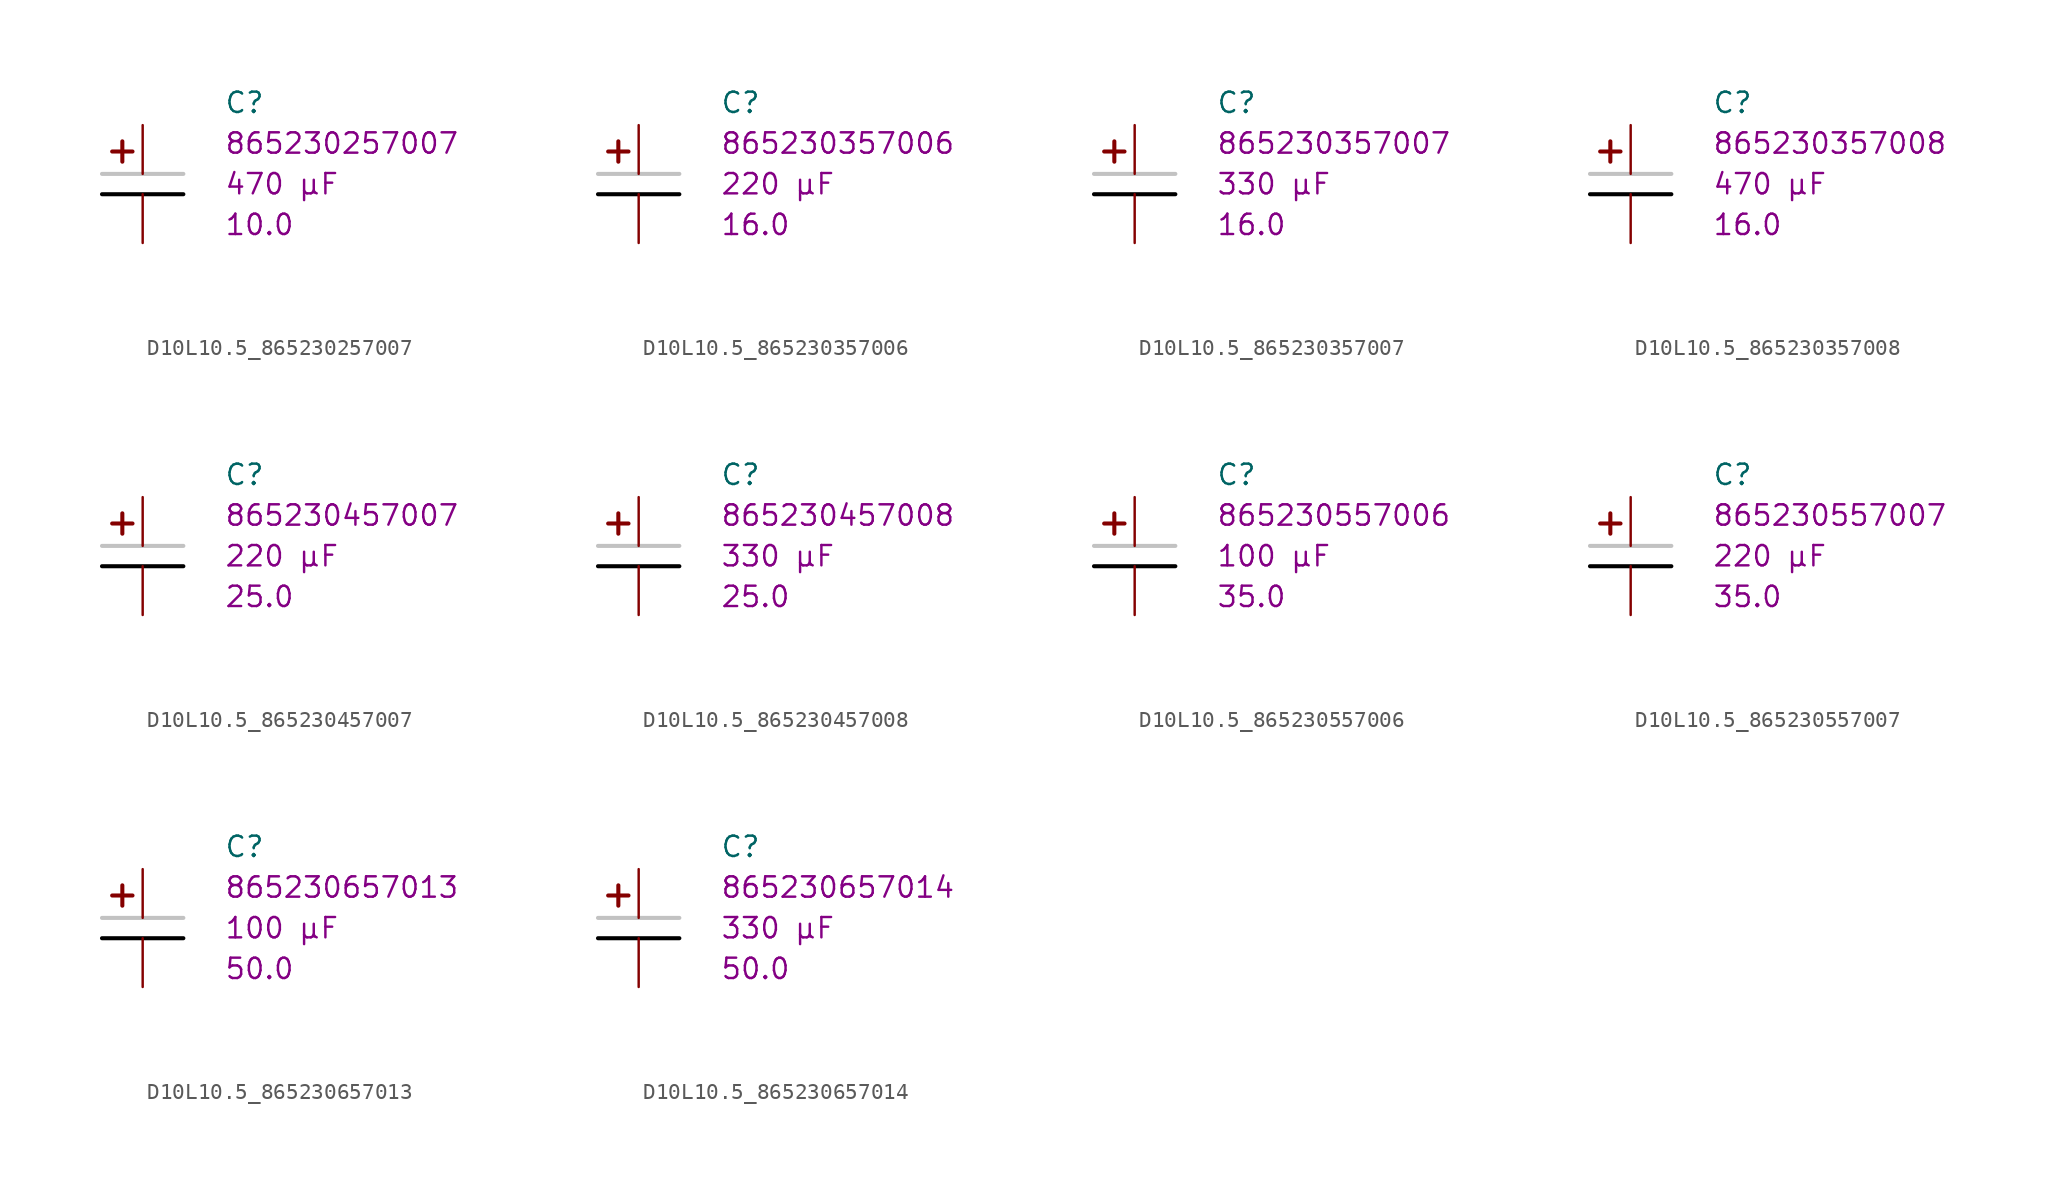
<source format=kicad_sym>
(kicad_symbol_lib
  (version 20220914)
  (generator kicad_symbol_editor)
  (symbol "D10L10.5_865230257007"
    (pin_numbers hide)
    (pin_names hide)
    (property "Reference" "C"
      (at 5.08 5.08 0)
      (effects (font (size 1.27 1.27)) (justify left)))
    (property "Part Number" "865230257007"
      (at 5.08 2.54 0)
      (effects (font (size 1.27 1.27)) (justify left)))
    (property "Capacitance" "470 µF"
      (at 5.08 0 0)
      (effects (font (size 1.27 1.27)) (justify left)))
    (property "Voltage" "10.0"
      (at 5.08 -2.54 0)
      (effects (font (size 1.27 1.27)) (justify left)))
    (property "Critical Parameter" ""
      (at 0 -7.62 0)
      (effects (font (size 1.27 1.27))))
    (symbol "D10L10.5_865230257007_1_1"
      (polyline (pts (xy -1.27 2.667) (xy -1.27 1.397)) (stroke (width 0.254) (type default)) (fill (type none)))
      (polyline (pts (xy -0.635 2.032) (xy -1.905 2.032)) (stroke (width 0.254) (type default)) (fill (type none)))
      (polyline (pts (xy 2.54 -0.635) (xy -2.54 -0.635)) (stroke (width 0.254) (type default) (color 0 0 0 1)) (fill (type none)))
      (polyline (pts (xy 2.54 0.635) (xy -2.54 0.635)) (stroke (width 0.254) (type default) (color 194 194 194 1)) (fill (type none)))
      (pin passive line (at 0 3.679 270) (length 3.044) (name "1" (effects (font (size 1.27 1.27)))) (number "1" (effects (font (size 1.27 1.27)))))
      (pin passive line (at 0 -3.679 90) (length 3.044) (name "2" (effects (font (size 1.27 1.27)))) (number "2" (effects (font (size 1.27 1.27)))))))
  (symbol "D10L10.5_865230357006"
    (pin_numbers hide)
    (pin_names hide)
    (property "Reference" "C"
      (at 5.08 5.08 0)
      (effects (font (size 1.27 1.27)) (justify left)))
    (property "Part Number" "865230357006"
      (at 5.08 2.54 0)
      (effects (font (size 1.27 1.27)) (justify left)))
    (property "Capacitance" "220 µF"
      (at 5.08 0 0)
      (effects (font (size 1.27 1.27)) (justify left)))
    (property "Voltage" "16.0"
      (at 5.08 -2.54 0)
      (effects (font (size 1.27 1.27)) (justify left)))
    (property "Critical Parameter" ""
      (at 0 -7.62 0)
      (effects (font (size 1.27 1.27))))
    (symbol "D10L10.5_865230357006_1_1"
      (polyline (pts (xy -1.27 2.667) (xy -1.27 1.397)) (stroke (width 0.254) (type default)) (fill (type none)))
      (polyline (pts (xy -0.635 2.032) (xy -1.905 2.032)) (stroke (width 0.254) (type default)) (fill (type none)))
      (polyline (pts (xy 2.54 -0.635) (xy -2.54 -0.635)) (stroke (width 0.254) (type default) (color 0 0 0 1)) (fill (type none)))
      (polyline (pts (xy 2.54 0.635) (xy -2.54 0.635)) (stroke (width 0.254) (type default) (color 194 194 194 1)) (fill (type none)))
      (pin passive line (at 0 3.679 270) (length 3.044) (name "1" (effects (font (size 1.27 1.27)))) (number "1" (effects (font (size 1.27 1.27)))))
      (pin passive line (at 0 -3.679 90) (length 3.044) (name "2" (effects (font (size 1.27 1.27)))) (number "2" (effects (font (size 1.27 1.27)))))))
  (symbol "D10L10.5_865230357007"
    (pin_numbers hide)
    (pin_names hide)
    (property "Reference" "C"
      (at 5.08 5.08 0)
      (effects (font (size 1.27 1.27)) (justify left)))
    (property "Part Number" "865230357007"
      (at 5.08 2.54 0)
      (effects (font (size 1.27 1.27)) (justify left)))
    (property "Capacitance" "330 µF"
      (at 5.08 0 0)
      (effects (font (size 1.27 1.27)) (justify left)))
    (property "Voltage" "16.0"
      (at 5.08 -2.54 0)
      (effects (font (size 1.27 1.27)) (justify left)))
    (property "Critical Parameter" ""
      (at 0 -7.62 0)
      (effects (font (size 1.27 1.27))))
    (symbol "D10L10.5_865230357007_1_1"
      (polyline (pts (xy -1.27 2.667) (xy -1.27 1.397)) (stroke (width 0.254) (type default)) (fill (type none)))
      (polyline (pts (xy -0.635 2.032) (xy -1.905 2.032)) (stroke (width 0.254) (type default)) (fill (type none)))
      (polyline (pts (xy 2.54 -0.635) (xy -2.54 -0.635)) (stroke (width 0.254) (type default) (color 0 0 0 1)) (fill (type none)))
      (polyline (pts (xy 2.54 0.635) (xy -2.54 0.635)) (stroke (width 0.254) (type default) (color 194 194 194 1)) (fill (type none)))
      (pin passive line (at 0 3.679 270) (length 3.044) (name "1" (effects (font (size 1.27 1.27)))) (number "1" (effects (font (size 1.27 1.27)))))
      (pin passive line (at 0 -3.679 90) (length 3.044) (name "2" (effects (font (size 1.27 1.27)))) (number "2" (effects (font (size 1.27 1.27)))))))
  (symbol "D10L10.5_865230357008"
    (pin_numbers hide)
    (pin_names hide)
    (property "Reference" "C"
      (at 5.08 5.08 0)
      (effects (font (size 1.27 1.27)) (justify left)))
    (property "Part Number" "865230357008"
      (at 5.08 2.54 0)
      (effects (font (size 1.27 1.27)) (justify left)))
    (property "Capacitance" "470 µF"
      (at 5.08 0 0)
      (effects (font (size 1.27 1.27)) (justify left)))
    (property "Voltage" "16.0"
      (at 5.08 -2.54 0)
      (effects (font (size 1.27 1.27)) (justify left)))
    (property "Critical Parameter" ""
      (at 0 -7.62 0)
      (effects (font (size 1.27 1.27))))
    (symbol "D10L10.5_865230357008_1_1"
      (polyline (pts (xy -1.27 2.667) (xy -1.27 1.397)) (stroke (width 0.254) (type default)) (fill (type none)))
      (polyline (pts (xy -0.635 2.032) (xy -1.905 2.032)) (stroke (width 0.254) (type default)) (fill (type none)))
      (polyline (pts (xy 2.54 -0.635) (xy -2.54 -0.635)) (stroke (width 0.254) (type default) (color 0 0 0 1)) (fill (type none)))
      (polyline (pts (xy 2.54 0.635) (xy -2.54 0.635)) (stroke (width 0.254) (type default) (color 194 194 194 1)) (fill (type none)))
      (pin passive line (at 0 3.679 270) (length 3.044) (name "1" (effects (font (size 1.27 1.27)))) (number "1" (effects (font (size 1.27 1.27)))))
      (pin passive line (at 0 -3.679 90) (length 3.044) (name "2" (effects (font (size 1.27 1.27)))) (number "2" (effects (font (size 1.27 1.27)))))))
  (symbol "D10L10.5_865230457007"
    (pin_numbers hide)
    (pin_names hide)
    (property "Reference" "C"
      (at 5.08 5.08 0)
      (effects (font (size 1.27 1.27)) (justify left)))
    (property "Part Number" "865230457007"
      (at 5.08 2.54 0)
      (effects (font (size 1.27 1.27)) (justify left)))
    (property "Capacitance" "220 µF"
      (at 5.08 0 0)
      (effects (font (size 1.27 1.27)) (justify left)))
    (property "Voltage" "25.0"
      (at 5.08 -2.54 0)
      (effects (font (size 1.27 1.27)) (justify left)))
    (property "Critical Parameter" ""
      (at 0 -7.62 0)
      (effects (font (size 1.27 1.27))))
    (symbol "D10L10.5_865230457007_1_1"
      (polyline (pts (xy -1.27 2.667) (xy -1.27 1.397)) (stroke (width 0.254) (type default)) (fill (type none)))
      (polyline (pts (xy -0.635 2.032) (xy -1.905 2.032)) (stroke (width 0.254) (type default)) (fill (type none)))
      (polyline (pts (xy 2.54 -0.635) (xy -2.54 -0.635)) (stroke (width 0.254) (type default) (color 0 0 0 1)) (fill (type none)))
      (polyline (pts (xy 2.54 0.635) (xy -2.54 0.635)) (stroke (width 0.254) (type default) (color 194 194 194 1)) (fill (type none)))
      (pin passive line (at 0 3.679 270) (length 3.044) (name "1" (effects (font (size 1.27 1.27)))) (number "1" (effects (font (size 1.27 1.27)))))
      (pin passive line (at 0 -3.679 90) (length 3.044) (name "2" (effects (font (size 1.27 1.27)))) (number "2" (effects (font (size 1.27 1.27)))))))
  (symbol "D10L10.5_865230457008"
    (pin_numbers hide)
    (pin_names hide)
    (property "Reference" "C"
      (at 5.08 5.08 0)
      (effects (font (size 1.27 1.27)) (justify left)))
    (property "Part Number" "865230457008"
      (at 5.08 2.54 0)
      (effects (font (size 1.27 1.27)) (justify left)))
    (property "Capacitance" "330 µF"
      (at 5.08 0 0)
      (effects (font (size 1.27 1.27)) (justify left)))
    (property "Voltage" "25.0"
      (at 5.08 -2.54 0)
      (effects (font (size 1.27 1.27)) (justify left)))
    (property "Critical Parameter" ""
      (at 0 -7.62 0)
      (effects (font (size 1.27 1.27))))
    (symbol "D10L10.5_865230457008_1_1"
      (polyline (pts (xy -1.27 2.667) (xy -1.27 1.397)) (stroke (width 0.254) (type default)) (fill (type none)))
      (polyline (pts (xy -0.635 2.032) (xy -1.905 2.032)) (stroke (width 0.254) (type default)) (fill (type none)))
      (polyline (pts (xy 2.54 -0.635) (xy -2.54 -0.635)) (stroke (width 0.254) (type default) (color 0 0 0 1)) (fill (type none)))
      (polyline (pts (xy 2.54 0.635) (xy -2.54 0.635)) (stroke (width 0.254) (type default) (color 194 194 194 1)) (fill (type none)))
      (pin passive line (at 0 3.679 270) (length 3.044) (name "1" (effects (font (size 1.27 1.27)))) (number "1" (effects (font (size 1.27 1.27)))))
      (pin passive line (at 0 -3.679 90) (length 3.044) (name "2" (effects (font (size 1.27 1.27)))) (number "2" (effects (font (size 1.27 1.27)))))))
  (symbol "D10L10.5_865230557006"
    (pin_numbers hide)
    (pin_names hide)
    (property "Reference" "C"
      (at 5.08 5.08 0)
      (effects (font (size 1.27 1.27)) (justify left)))
    (property "Part Number" "865230557006"
      (at 5.08 2.54 0)
      (effects (font (size 1.27 1.27)) (justify left)))
    (property "Capacitance" "100 µF"
      (at 5.08 0 0)
      (effects (font (size 1.27 1.27)) (justify left)))
    (property "Voltage" "35.0"
      (at 5.08 -2.54 0)
      (effects (font (size 1.27 1.27)) (justify left)))
    (property "Critical Parameter" ""
      (at 0 -7.62 0)
      (effects (font (size 1.27 1.27))))
    (symbol "D10L10.5_865230557006_1_1"
      (polyline (pts (xy -1.27 2.667) (xy -1.27 1.397)) (stroke (width 0.254) (type default)) (fill (type none)))
      (polyline (pts (xy -0.635 2.032) (xy -1.905 2.032)) (stroke (width 0.254) (type default)) (fill (type none)))
      (polyline (pts (xy 2.54 -0.635) (xy -2.54 -0.635)) (stroke (width 0.254) (type default) (color 0 0 0 1)) (fill (type none)))
      (polyline (pts (xy 2.54 0.635) (xy -2.54 0.635)) (stroke (width 0.254) (type default) (color 194 194 194 1)) (fill (type none)))
      (pin passive line (at 0 3.679 270) (length 3.044) (name "1" (effects (font (size 1.27 1.27)))) (number "1" (effects (font (size 1.27 1.27)))))
      (pin passive line (at 0 -3.679 90) (length 3.044) (name "2" (effects (font (size 1.27 1.27)))) (number "2" (effects (font (size 1.27 1.27)))))))
  (symbol "D10L10.5_865230557007"
    (pin_numbers hide)
    (pin_names hide)
    (property "Reference" "C"
      (at 5.08 5.08 0)
      (effects (font (size 1.27 1.27)) (justify left)))
    (property "Part Number" "865230557007"
      (at 5.08 2.54 0)
      (effects (font (size 1.27 1.27)) (justify left)))
    (property "Capacitance" "220 µF"
      (at 5.08 0 0)
      (effects (font (size 1.27 1.27)) (justify left)))
    (property "Voltage" "35.0"
      (at 5.08 -2.54 0)
      (effects (font (size 1.27 1.27)) (justify left)))
    (property "Critical Parameter" ""
      (at 0 -7.62 0)
      (effects (font (size 1.27 1.27))))
    (symbol "D10L10.5_865230557007_1_1"
      (polyline (pts (xy -1.27 2.667) (xy -1.27 1.397)) (stroke (width 0.254) (type default)) (fill (type none)))
      (polyline (pts (xy -0.635 2.032) (xy -1.905 2.032)) (stroke (width 0.254) (type default)) (fill (type none)))
      (polyline (pts (xy 2.54 -0.635) (xy -2.54 -0.635)) (stroke (width 0.254) (type default) (color 0 0 0 1)) (fill (type none)))
      (polyline (pts (xy 2.54 0.635) (xy -2.54 0.635)) (stroke (width 0.254) (type default) (color 194 194 194 1)) (fill (type none)))
      (pin passive line (at 0 3.679 270) (length 3.044) (name "1" (effects (font (size 1.27 1.27)))) (number "1" (effects (font (size 1.27 1.27)))))
      (pin passive line (at 0 -3.679 90) (length 3.044) (name "2" (effects (font (size 1.27 1.27)))) (number "2" (effects (font (size 1.27 1.27)))))))
  (symbol "D10L10.5_865230657013"
    (pin_numbers hide)
    (pin_names hide)
    (property "Reference" "C"
      (at 5.08 5.08 0)
      (effects (font (size 1.27 1.27)) (justify left)))
    (property "Part Number" "865230657013"
      (at 5.08 2.54 0)
      (effects (font (size 1.27 1.27)) (justify left)))
    (property "Capacitance" "100 µF"
      (at 5.08 0 0)
      (effects (font (size 1.27 1.27)) (justify left)))
    (property "Voltage" "50.0"
      (at 5.08 -2.54 0)
      (effects (font (size 1.27 1.27)) (justify left)))
    (property "Critical Parameter" ""
      (at 0 -7.62 0)
      (effects (font (size 1.27 1.27))))
    (symbol "D10L10.5_865230657013_1_1"
      (polyline (pts (xy -1.27 2.667) (xy -1.27 1.397)) (stroke (width 0.254) (type default)) (fill (type none)))
      (polyline (pts (xy -0.635 2.032) (xy -1.905 2.032)) (stroke (width 0.254) (type default)) (fill (type none)))
      (polyline (pts (xy 2.54 -0.635) (xy -2.54 -0.635)) (stroke (width 0.254) (type default) (color 0 0 0 1)) (fill (type none)))
      (polyline (pts (xy 2.54 0.635) (xy -2.54 0.635)) (stroke (width 0.254) (type default) (color 194 194 194 1)) (fill (type none)))
      (pin passive line (at 0 3.679 270) (length 3.044) (name "1" (effects (font (size 1.27 1.27)))) (number "1" (effects (font (size 1.27 1.27)))))
      (pin passive line (at 0 -3.679 90) (length 3.044) (name "2" (effects (font (size 1.27 1.27)))) (number "2" (effects (font (size 1.27 1.27)))))))
  (symbol "D10L10.5_865230657014"
    (pin_numbers hide)
    (pin_names hide)
    (property "Reference" "C"
      (at 5.08 5.08 0)
      (effects (font (size 1.27 1.27)) (justify left)))
    (property "Part Number" "865230657014"
      (at 5.08 2.54 0)
      (effects (font (size 1.27 1.27)) (justify left)))
    (property "Capacitance" "330 µF"
      (at 5.08 0 0)
      (effects (font (size 1.27 1.27)) (justify left)))
    (property "Voltage" "50.0"
      (at 5.08 -2.54 0)
      (effects (font (size 1.27 1.27)) (justify left)))
    (property "Critical Parameter" ""
      (at 0 -7.62 0)
      (effects (font (size 1.27 1.27))))
    (symbol "D10L10.5_865230657014_1_1"
      (polyline (pts (xy -1.27 2.667) (xy -1.27 1.397)) (stroke (width 0.254) (type default)) (fill (type none)))
      (polyline (pts (xy -0.635 2.032) (xy -1.905 2.032)) (stroke (width 0.254) (type default)) (fill (type none)))
      (polyline (pts (xy 2.54 -0.635) (xy -2.54 -0.635)) (stroke (width 0.254) (type default) (color 0 0 0 1)) (fill (type none)))
      (polyline (pts (xy 2.54 0.635) (xy -2.54 0.635)) (stroke (width 0.254) (type default) (color 194 194 194 1)) (fill (type none)))
      (pin passive line (at 0 3.679 270) (length 3.044) (name "1" (effects (font (size 1.27 1.27)))) (number "1" (effects (font (size 1.27 1.27)))))
      (pin passive line (at 0 -3.679 90) (length 3.044) (name "2" (effects (font (size 1.27 1.27)))) (number "2" (effects (font (size 1.27 1.27))))))))
</source>
